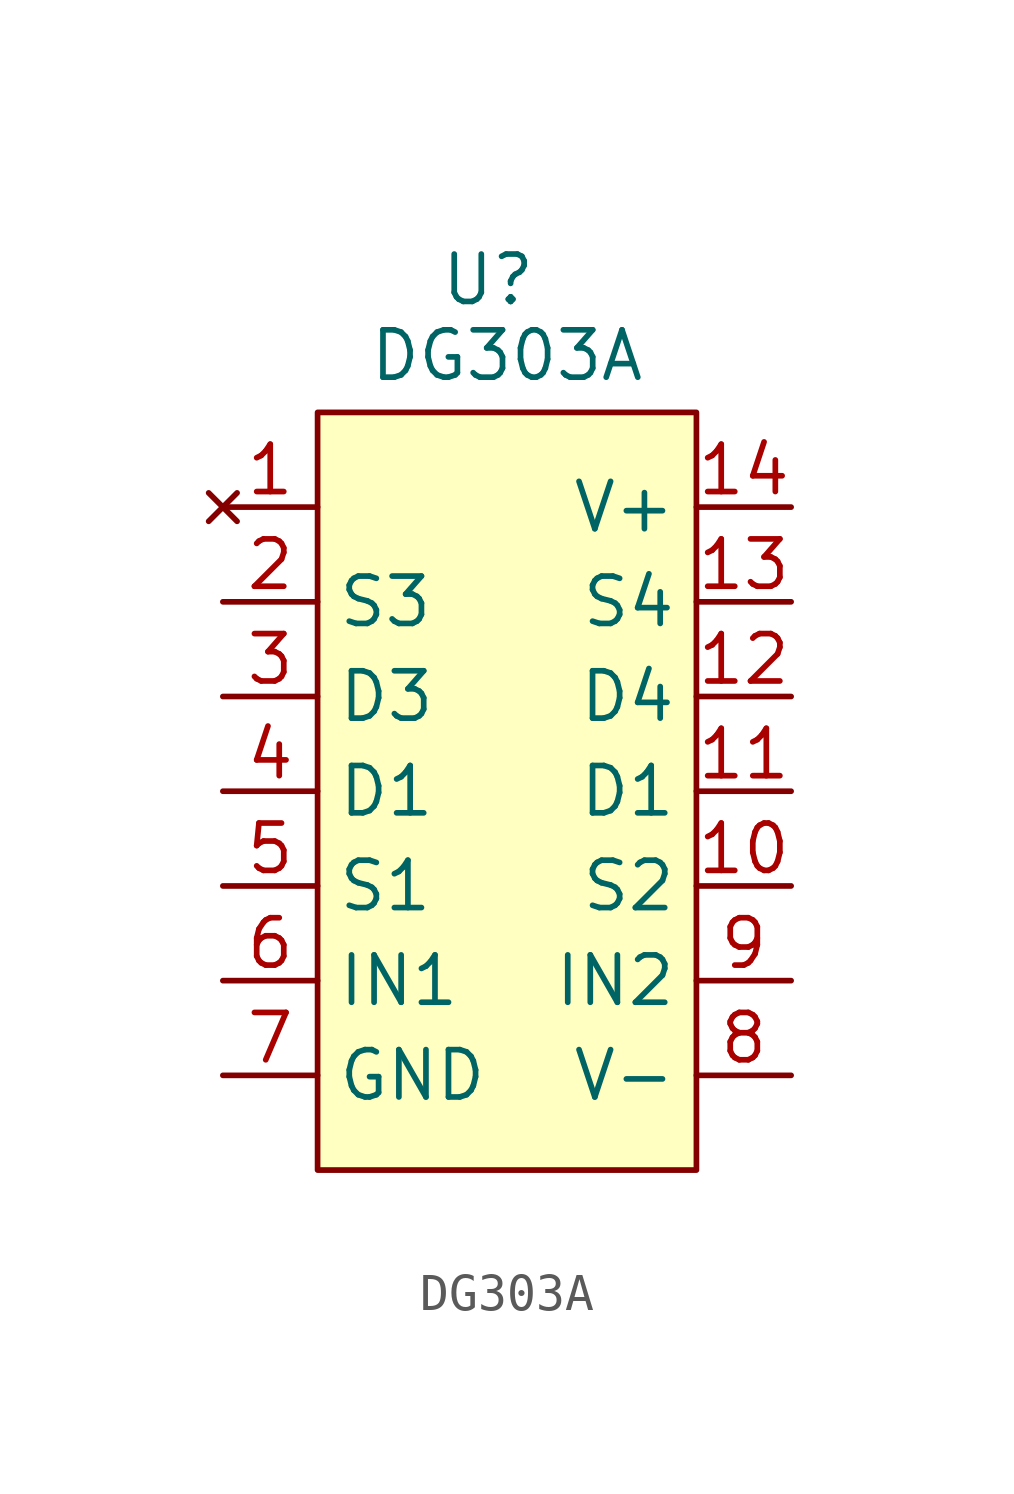
<source format=kicad_sym>
(kicad_symbol_lib
  (version 20231120)
  (generator "kicad_symbol_editor")
  (generator_version "8.0")
  (symbol "DG303A"
    (property "Reference" "U"
      (at -0.508 2.286 0)
      (effects (font (size 1.27 1.27))))
    (property "Value" "DG303A"
      (at 0 0.254 0)
      (effects (font (size 1.27 1.27))))
    (symbol "DG303A_1_1"
      (rectangle (start -5.08 -1.27) (end 5.08 -21.59) (stroke (width 0) (type default)) (fill (type background)))
      (pin no_connect line (at -7.62 -3.81 0) (length 2.54) (name "" (effects (font (size 1.27 1.27)))) (number "1" (effects (font (size 1.27 1.27)))))
      (pin output line (at 7.62 -13.97 180) (length 2.54) (name "S2" (effects (font (size 1.27 1.27)))) (number "10" (effects (font (size 1.27 1.27)))))
      (pin input line (at 7.62 -11.43 180) (length 2.54) (name "D1" (effects (font (size 1.27 1.27)))) (number "11" (effects (font (size 1.27 1.27)))))
      (pin input line (at 7.62 -8.89 180) (length 2.54) (name "D4" (effects (font (size 1.27 1.27)))) (number "12" (effects (font (size 1.27 1.27)))))
      (pin output line (at 7.62 -6.35 180) (length 2.54) (name "S4" (effects (font (size 1.27 1.27)))) (number "13" (effects (font (size 1.27 1.27)))))
      (pin power_in line (at 7.62 -3.81 180) (length 2.54) (name "V+" (effects (font (size 1.27 1.27)))) (number "14" (effects (font (size 1.27 1.27)))))
      (pin output line (at -7.62 -6.35 0) (length 2.54) (name "S3" (effects (font (size 1.27 1.27)))) (number "2" (effects (font (size 1.27 1.27)))))
      (pin input line (at -7.62 -8.89 0) (length 2.54) (name "D3" (effects (font (size 1.27 1.27)))) (number "3" (effects (font (size 1.27 1.27)))))
      (pin input line (at -7.62 -11.43 0) (length 2.54) (name "D1" (effects (font (size 1.27 1.27)))) (number "4" (effects (font (size 1.27 1.27)))))
      (pin output line (at -7.62 -13.97 0) (length 2.54) (name "S1" (effects (font (size 1.27 1.27)))) (number "5" (effects (font (size 1.27 1.27)))))
      (pin input line (at -7.62 -16.51 0) (length 2.54) (name "IN1" (effects (font (size 1.27 1.27)))) (number "6" (effects (font (size 1.27 1.27)))))
      (pin power_in line (at -7.62 -19.05 0) (length 2.54) (name "GND" (effects (font (size 1.27 1.27)))) (number "7" (effects (font (size 1.27 1.27)))))
      (pin power_in line (at 7.62 -19.05 180) (length 2.54) (name "V-" (effects (font (size 1.27 1.27)))) (number "8" (effects (font (size 1.27 1.27)))))
      (pin input line (at 7.62 -16.51 180) (length 2.54) (name "IN2" (effects (font (size 1.27 1.27)))) (number "9" (effects (font (size 1.27 1.27))))))))
</source>
